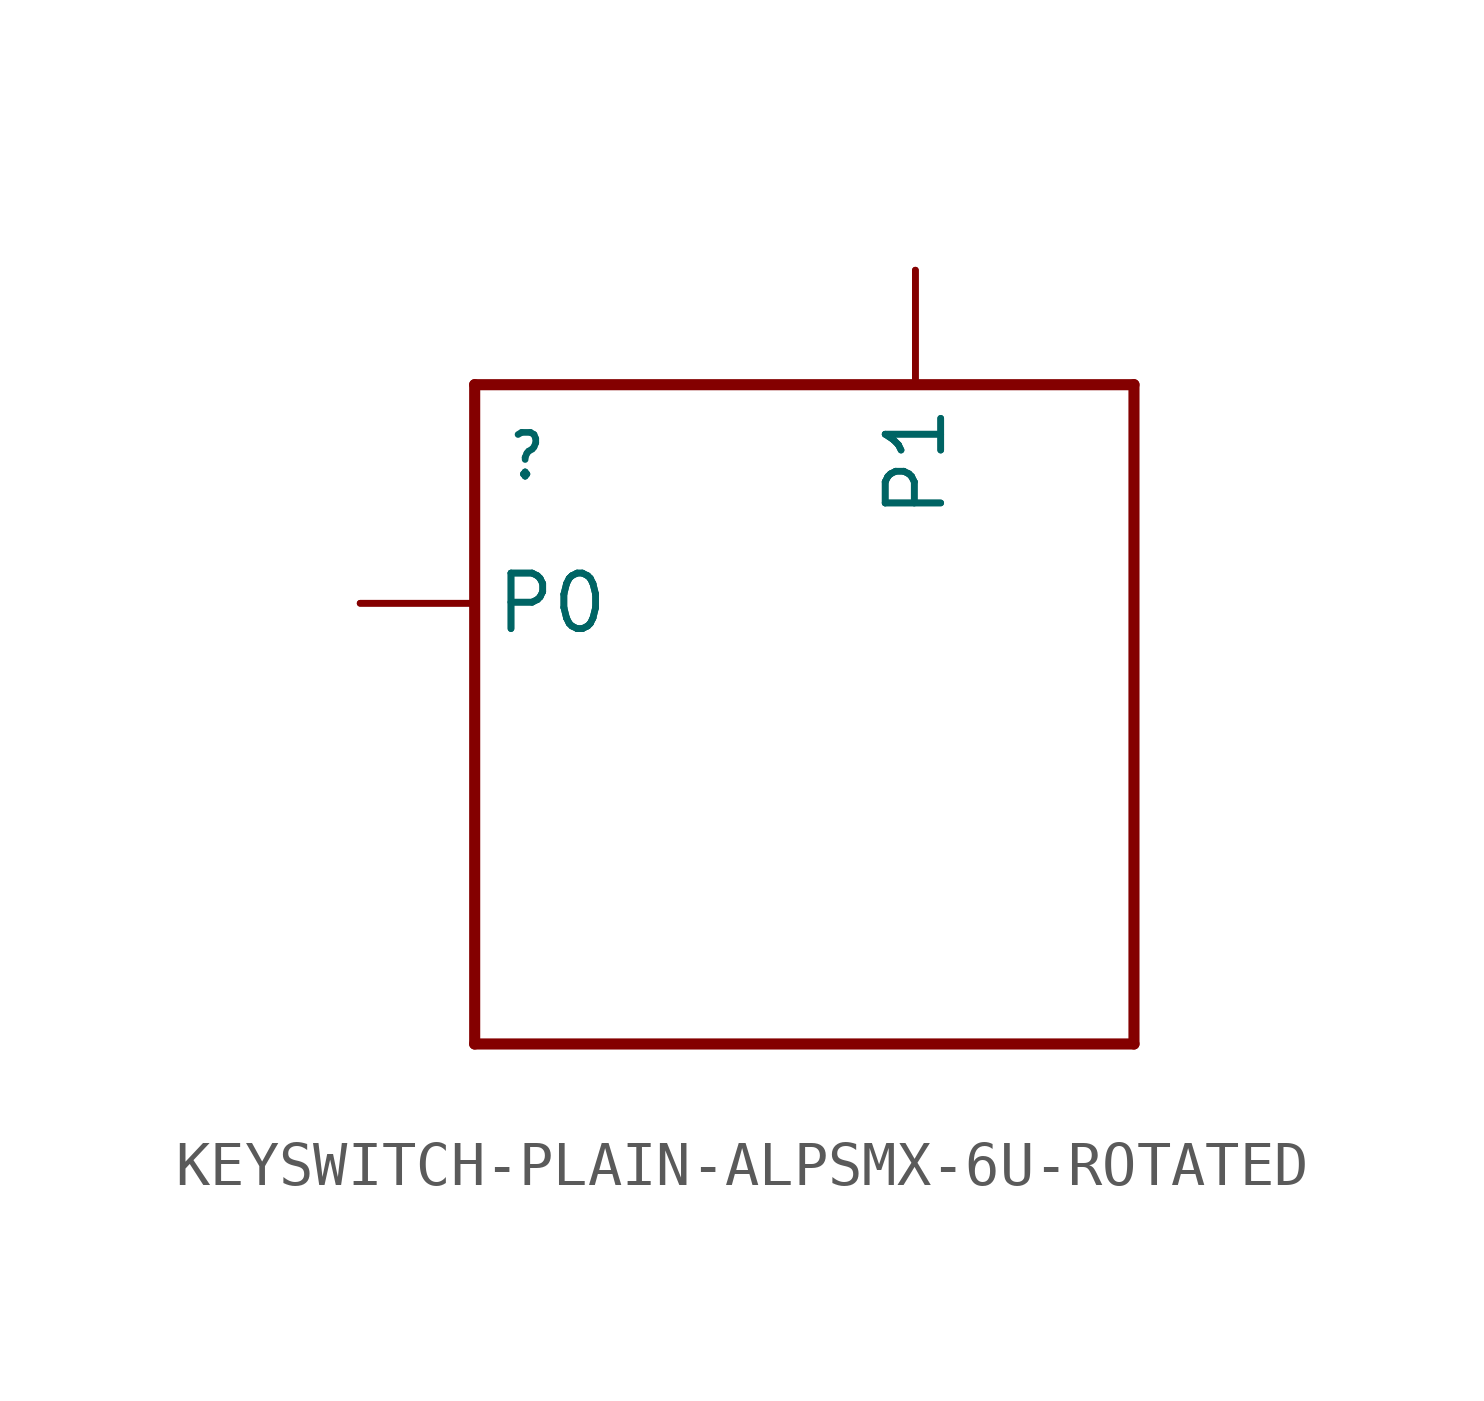
<source format=kicad_sym>
(kicad_symbol_lib
  (version 20211014)
  (generator kicad_symbol_editor)
  (symbol "KEYSWITCH-PLAIN-ALPSMX-6U-ROTATED"
    (property "Reference" ""
      (at -6.81 5.318 0)
      (effects (font (size 1 0.85)) (justify left bottom)))
    (property "ki_locked" ""
      (at 0 0 0)
      (effects (font (size 1.27 1.27))))
    (symbol "KEYSWITCH-PLAIN-ALPSMX-6U-ROTATED_1_0"
      (polyline (pts (xy -7.54 -7.54) (xy -7.54 7.54)) (stroke (width 0.254) (type default) (color 0 0 0 0)) (fill (type none)))
      (polyline (pts (xy -7.54 7.54) (xy 7.54 7.54)) (stroke (width 0.254) (type default) (color 0 0 0 0)) (fill (type none)))
      (polyline (pts (xy 7.54 -7.54) (xy -7.54 -7.54)) (stroke (width 0.254) (type default) (color 0 0 0 0)) (fill (type none)))
      (polyline (pts (xy 7.54 7.54) (xy 7.54 -7.54)) (stroke (width 0.254) (type default) (color 0 0 0 0)) (fill (type none)))
      (pin bidirectional line (at -10.16 2.54 0) (length 2.54) (name "P0" (effects (font (size 1.27 1.27)))) (number "ALPS1" (effects (font (size 0 0)))))
      (pin bidirectional line (at 2.54 10.16 270) (length 2.54) (name "P1" (effects (font (size 1.27 1.27)))) (number "ALPS2" (effects (font (size 0 0)))))
      (pin bidirectional line (at -10.16 2.54 0) (length 2.54) (name "P0" (effects (font (size 1.27 1.27)))) (number "MX1" (effects (font (size 0 0)))))
      (pin bidirectional line (at 2.54 10.16 270) (length 2.54) (name "P1" (effects (font (size 1.27 1.27)))) (number "MX2" (effects (font (size 0 0))))))))
</source>
